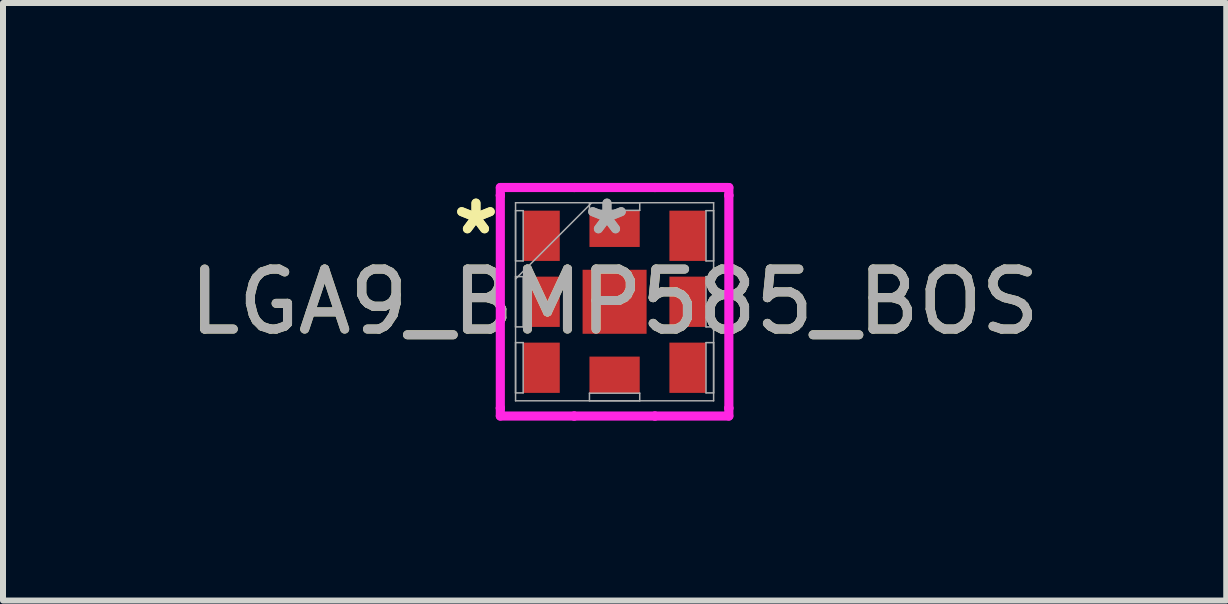
<source format=kicad_pcb>
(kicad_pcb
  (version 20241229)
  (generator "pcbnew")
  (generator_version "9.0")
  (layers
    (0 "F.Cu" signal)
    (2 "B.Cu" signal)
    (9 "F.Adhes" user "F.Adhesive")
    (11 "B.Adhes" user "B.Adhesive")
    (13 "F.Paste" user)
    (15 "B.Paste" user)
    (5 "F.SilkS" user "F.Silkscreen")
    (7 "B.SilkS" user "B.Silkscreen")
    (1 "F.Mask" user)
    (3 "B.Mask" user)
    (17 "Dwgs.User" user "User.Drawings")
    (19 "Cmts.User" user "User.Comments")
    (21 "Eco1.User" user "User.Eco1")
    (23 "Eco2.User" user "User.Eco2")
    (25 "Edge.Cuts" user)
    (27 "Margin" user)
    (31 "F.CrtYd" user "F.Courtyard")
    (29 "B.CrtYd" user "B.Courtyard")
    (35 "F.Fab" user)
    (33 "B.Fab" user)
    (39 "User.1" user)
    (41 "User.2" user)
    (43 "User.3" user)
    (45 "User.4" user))
  (footprint "LGA9_BMP585_BOS"
    (layer "F.Cu")
    (at 7.196 1.981)
    (property "Reference" "LGA9_BMP585_BOS" (at 0 0 0) (unlocked yes) (layer "F.SilkS") (effects (font (size 1 1) (thickness 0.15))))
    (attr smd)
    (fp_line (start -1.905 -1.905) (end -0.673 -1.905) (stroke (width 0.152) (type solid)) (layer "F.CrtYd"))
    (fp_line (start -1.905 -1.773) (end -1.905 -1.905) (stroke (width 0.152) (type solid)) (layer "F.CrtYd"))
    (fp_line (start -1.905 -1.773) (end -1.905 -1.773) (stroke (width 0.152) (type solid)) (layer "F.CrtYd"))
    (fp_line (start -1.905 1.773) (end -1.905 -1.773) (stroke (width 0.152) (type solid)) (layer "F.CrtYd"))
    (fp_line (start -1.905 1.773) (end -1.905 1.773) (stroke (width 0.152) (type solid)) (layer "F.CrtYd"))
    (fp_line (start -1.905 1.905) (end -1.905 1.773) (stroke (width 0.152) (type solid)) (layer "F.CrtYd"))
    (fp_line (start -0.673 -1.905) (end -0.673 -1.905) (stroke (width 0.152) (type solid)) (layer "F.CrtYd"))
    (fp_line (start -0.673 -1.905) (end 0.673 -1.905) (stroke (width 0.152) (type solid)) (layer "F.CrtYd"))
    (fp_line (start -0.673 1.905) (end -1.905 1.905) (stroke (width 0.152) (type solid)) (layer "F.CrtYd"))
    (fp_line (start -0.673 1.905) (end -0.673 1.905) (stroke (width 0.152) (type solid)) (layer "F.CrtYd"))
    (fp_line (start 0.673 -1.905) (end 0.673 -1.905) (stroke (width 0.152) (type solid)) (layer "F.CrtYd"))
    (fp_line (start 0.673 -1.905) (end 1.905 -1.905) (stroke (width 0.152) (type solid)) (layer "F.CrtYd"))
    (fp_line (start 0.673 1.905) (end -0.673 1.905) (stroke (width 0.152) (type solid)) (layer "F.CrtYd"))
    (fp_line (start 0.673 1.905) (end 0.673 1.905) (stroke (width 0.152) (type solid)) (layer "F.CrtYd"))
    (fp_line (start 1.905 -1.905) (end 1.905 -1.773) (stroke (width 0.152) (type solid)) (layer "F.CrtYd"))
    (fp_line (start 1.905 -1.773) (end 1.905 -1.773) (stroke (width 0.152) (type solid)) (layer "F.CrtYd"))
    (fp_line (start 1.905 -1.773) (end 1.905 1.773) (stroke (width 0.152) (type solid)) (layer "F.CrtYd"))
    (fp_line (start 1.905 1.773) (end 1.905 1.773) (stroke (width 0.152) (type solid)) (layer "F.CrtYd"))
    (fp_line (start 1.905 1.773) (end 1.905 1.905) (stroke (width 0.152) (type solid)) (layer "F.CrtYd"))
    (fp_line (start 1.905 1.905) (end 0.673 1.905) (stroke (width 0.152) (type solid)) (layer "F.CrtYd"))
    (fp_line (start -1.651 -1.651) (end -1.651 1.651) (stroke (width 0.025) (type solid)) (layer "F.Fab"))
    (fp_line (start -1.651 -1.519) (end -1.524 -1.519) (stroke (width 0.025) (type solid)) (layer "F.Fab"))
    (fp_line (start -1.651 -0.681) (end -1.651 -1.519) (stroke (width 0.025) (type solid)) (layer "F.Fab"))
    (fp_line (start -1.651 -0.419) (end -1.524 -0.419) (stroke (width 0.025) (type solid)) (layer "F.Fab"))
    (fp_line (start -1.651 -0.381) (end -0.381 -1.651) (stroke (width 0.025) (type solid)) (layer "F.Fab"))
    (fp_line (start -1.651 0.419) (end -1.651 -0.419) (stroke (width 0.025) (type solid)) (layer "F.Fab"))
    (fp_line (start -1.651 0.681) (end -1.524 0.681) (stroke (width 0.025) (type solid)) (layer "F.Fab"))
    (fp_line (start -1.651 1.519) (end -1.651 0.681) (stroke (width 0.025) (type solid)) (layer "F.Fab"))
    (fp_line (start -1.651 1.651) (end 1.651 1.651) (stroke (width 0.025) (type solid)) (layer "F.Fab"))
    (fp_line (start -1.524 -1.519) (end -1.524 -0.681) (stroke (width 0.025) (type solid)) (layer "F.Fab"))
    (fp_line (start -1.524 -0.681) (end -1.651 -0.681) (stroke (width 0.025) (type solid)) (layer "F.Fab"))
    (fp_line (start -1.524 -0.419) (end -1.524 0.419) (stroke (width 0.025) (type solid)) (layer "F.Fab"))
    (fp_line (start -1.524 0.419) (end -1.651 0.419) (stroke (width 0.025) (type solid)) (layer "F.Fab"))
    (fp_line (start -1.524 0.681) (end -1.524 1.519) (stroke (width 0.025) (type solid)) (layer "F.Fab"))
    (fp_line (start -1.524 1.519) (end -1.651 1.519) (stroke (width 0.025) (type solid)) (layer "F.Fab"))
    (fp_line (start -0.419 -1.651) (end 0.419 -1.651) (stroke (width 0.025) (type solid)) (layer "F.Fab"))
    (fp_line (start -0.419 -1.524) (end -0.419 -1.651) (stroke (width 0.025) (type solid)) (layer "F.Fab"))
    (fp_line (start -0.419 1.524) (end 0.419 1.524) (stroke (width 0.025) (type solid)) (layer "F.Fab"))
    (fp_line (start -0.419 1.651) (end -0.419 1.524) (stroke (width 0.025) (type solid)) (layer "F.Fab"))
    (fp_line (start 0.419 -1.651) (end 0.419 -1.524) (stroke (width 0.025) (type solid)) (layer "F.Fab"))
    (fp_line (start 0.419 -1.524) (end -0.419 -1.524) (stroke (width 0.025) (type solid)) (layer "F.Fab"))
    (fp_line (start 0.419 1.524) (end 0.419 1.651) (stroke (width 0.025) (type solid)) (layer "F.Fab"))
    (fp_line (start 0.419 1.651) (end -0.419 1.651) (stroke (width 0.025) (type solid)) (layer "F.Fab"))
    (fp_line (start 1.524 -1.519) (end 1.651 -1.519) (stroke (width 0.025) (type solid)) (layer "F.Fab"))
    (fp_line (start 1.524 -0.681) (end 1.524 -1.519) (stroke (width 0.025) (type solid)) (layer "F.Fab"))
    (fp_line (start 1.524 -0.419) (end 1.651 -0.419) (stroke (width 0.025) (type solid)) (layer "F.Fab"))
    (fp_line (start 1.524 0.419) (end 1.524 -0.419) (stroke (width 0.025) (type solid)) (layer "F.Fab"))
    (fp_line (start 1.524 0.681) (end 1.651 0.681) (stroke (width 0.025) (type solid)) (layer "F.Fab"))
    (fp_line (start 1.524 1.519) (end 1.524 0.681) (stroke (width 0.025) (type solid)) (layer "F.Fab"))
    (fp_line (start 1.651 -1.651) (end -1.651 -1.651) (stroke (width 0.025) (type solid)) (layer "F.Fab"))
    (fp_line (start 1.651 -1.519) (end 1.651 -0.681) (stroke (width 0.025) (type solid)) (layer "F.Fab"))
    (fp_line (start 1.651 -0.681) (end 1.524 -0.681) (stroke (width 0.025) (type solid)) (layer "F.Fab"))
    (fp_line (start 1.651 -0.419) (end 1.651 0.419) (stroke (width 0.025) (type solid)) (layer "F.Fab"))
    (fp_line (start 1.651 0.419) (end 1.524 0.419) (stroke (width 0.025) (type solid)) (layer "F.Fab"))
    (fp_line (start 1.651 0.681) (end 1.651 1.519) (stroke (width 0.025) (type solid)) (layer "F.Fab"))
    (fp_line (start 1.651 1.519) (end 1.524 1.519) (stroke (width 0.025) (type solid)) (layer "F.Fab"))
    (fp_line (start 1.651 1.651) (end 1.651 -1.651) (stroke (width 0.025) (type solid)) (layer "F.Fab"))
    (fp_text user "*" (at -2.311 -1.1 0) (unlocked yes) (layer "F.SilkS") (effects (font (size 1 1) (thickness 0.15))))
    (fp_text user "*" (at -2.311 -1.1 0) (layer "F.SilkS") (effects (font (size 1 1) (thickness 0.15))))
    (fp_text user "*" (at -0.127 -1.1 0) (unlocked yes) (layer "F.Fab") (effects (font (size 1 1) (thickness 0.15))))
    (fp_text user "${REFERENCE}" (at 0 0 0) (unlocked yes) (layer "F.Fab") (effects (font (size 1 1) (thickness 0.15))))
    (fp_text user "*" (at -0.127 -1.1 0) (layer "F.Fab") (effects (font (size 1 1) (thickness 0.15))))
    (pad "1" smd rect (at -1.219 -1.1 90) (size 0.838 0.61) (layers "F.Cu" "F.Mask" "F.Paste"))
    (pad "2" smd rect (at -1.219 0 90) (size 0.838 0.61) (layers "F.Cu" "F.Mask" "F.Paste"))
    (pad "3" smd rect (at -1.219 1.1 90) (size 0.838 0.61) (layers "F.Cu" "F.Mask" "F.Paste"))
    (pad "4" smd rect (at 0 1.219) (size 0.838 0.61) (layers "F.Cu" "F.Mask" "F.Paste"))
    (pad "5" smd rect (at 1.219 1.1 90) (size 0.838 0.61) (layers "F.Cu" "F.Mask" "F.Paste"))
    (pad "6" smd rect (at 1.219 0 90) (size 0.838 0.61) (layers "F.Cu" "F.Mask" "F.Paste"))
    (pad "7" smd rect (at 1.219 -1.1 90) (size 0.838 0.61) (layers "F.Cu" "F.Mask" "F.Paste"))
    (pad "8" smd rect (at 0 -1.219) (size 0.838 0.61) (layers "F.Cu" "F.Mask" "F.Paste"))
    (pad "9" smd rect (at 0 0) (size 1.067 1.067) (layers "F.Cu" "F.Mask" "F.Paste")))
  (gr_rect
    (start -3 -3)
    (end 17.393 6.962)
    (stroke (width 0.1) (type default))
    (fill no)
    (layer "Edge.Cuts")))
</source>
